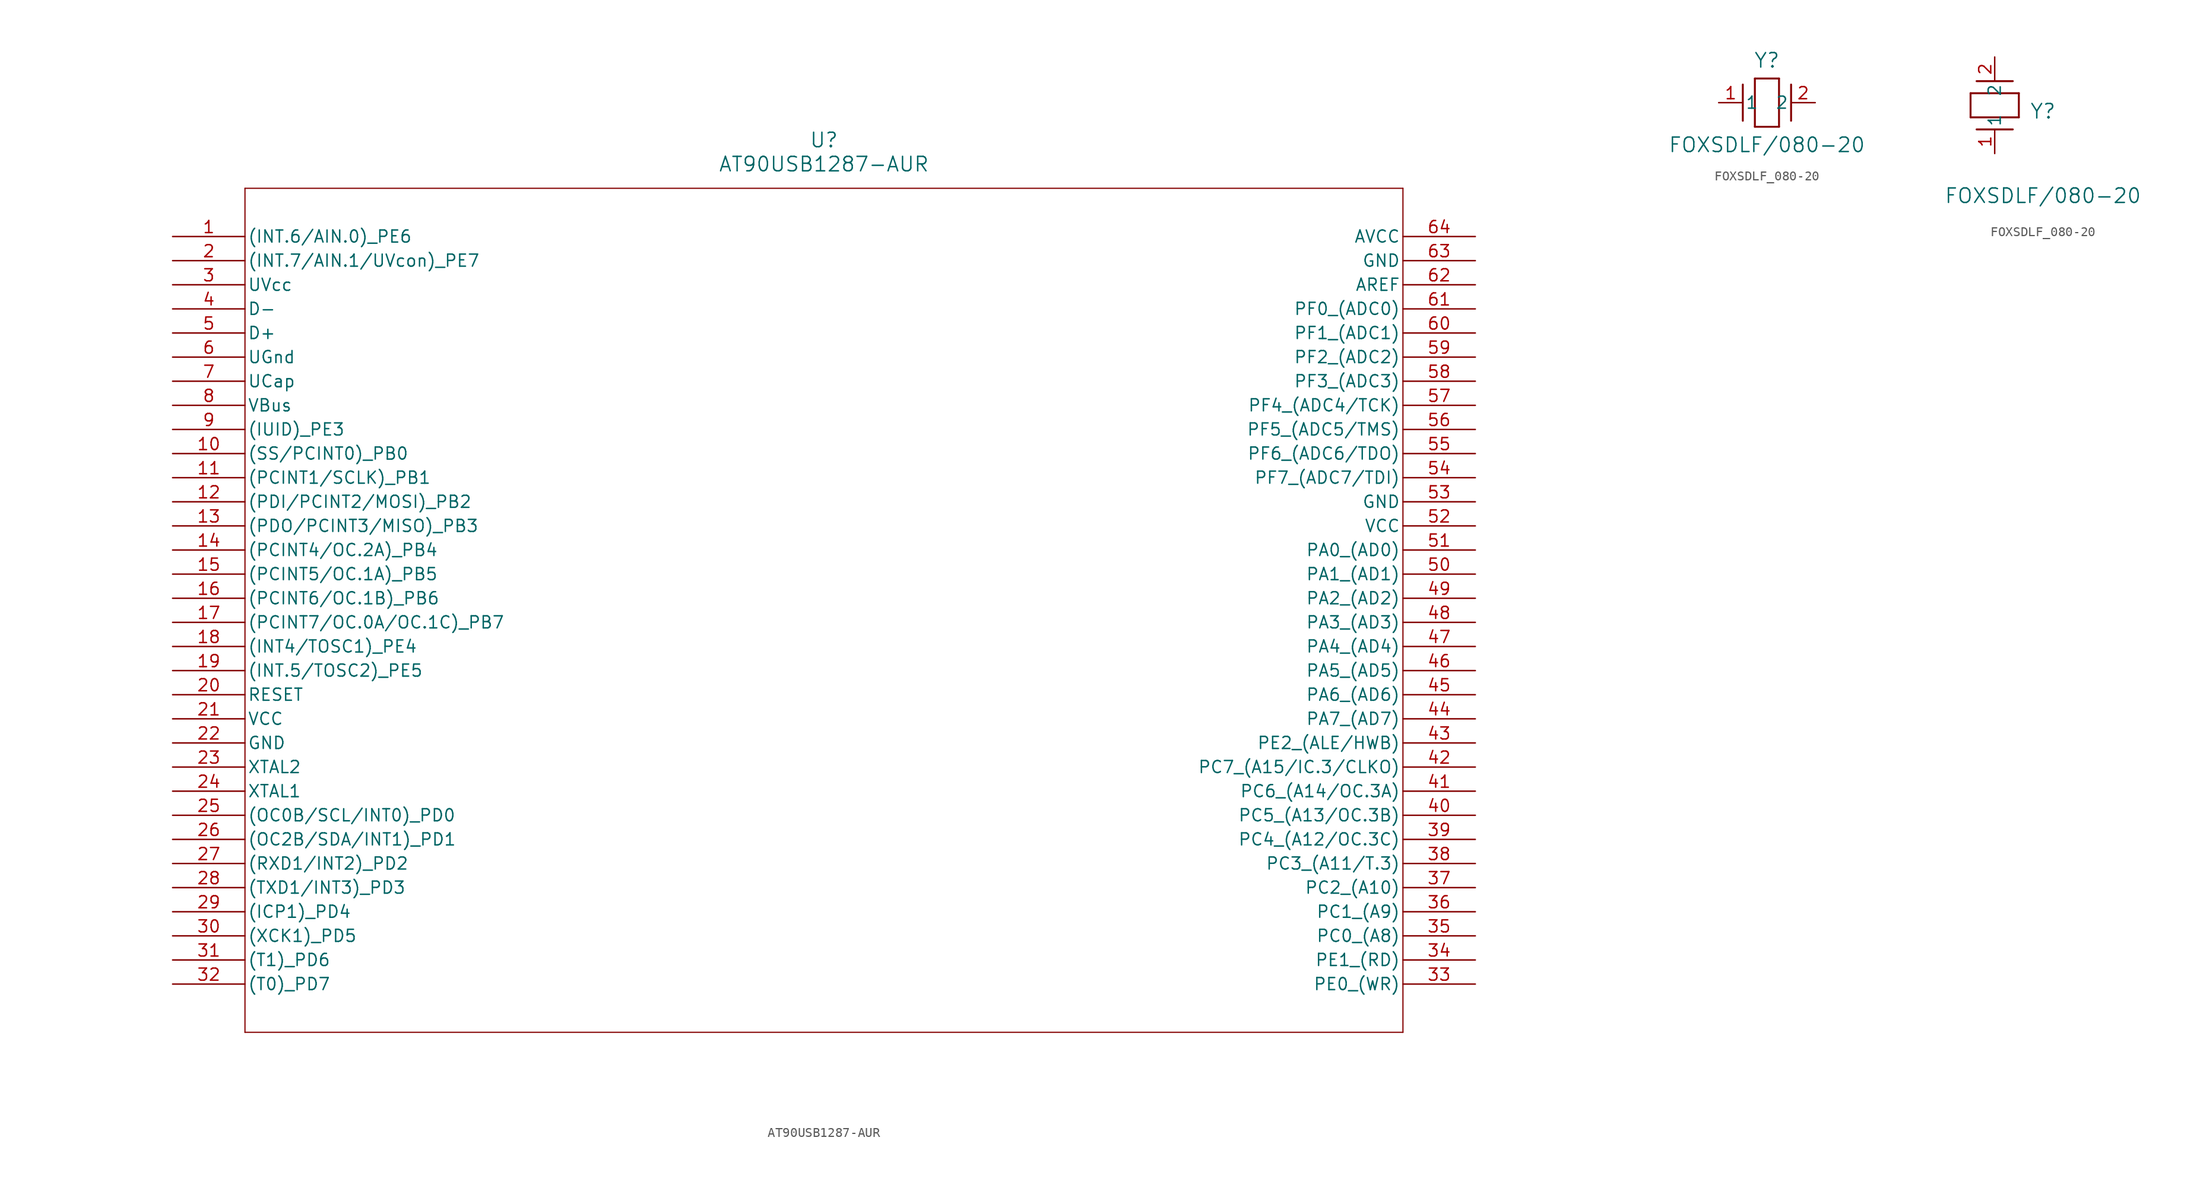
<source format=kicad_sym>
(kicad_symbol_lib
  (version 20231120)
  (generator "kicad_symbol_editor")
  (generator_version "8.0")
  (symbol "AT90USB1287-AUR"
    (pin_names
      (offset 0.254))
    (property "Reference" "U"
      (at 68.58 10.16 0)
      (effects (font (size 1.524 1.524))))
    (property "Value" "AT90USB1287-AUR"
      (at 68.58 7.62 0)
      (effects (font (size 1.524 1.524))))
    (property "ki_locked" ""
      (at 0 0 0)
      (effects (font (size 1.27 1.27))))
    (symbol "AT90USB1287-AUR_0_1"
      (polyline (pts (xy 7.62 -83.82) (xy 129.54 -83.82)) (stroke (width 0.127) (type default)) (fill (type none)))
      (polyline (pts (xy 7.62 5.08) (xy 7.62 -83.82)) (stroke (width 0.127) (type default)) (fill (type none)))
      (polyline (pts (xy 129.54 -83.82) (xy 129.54 5.08)) (stroke (width 0.127) (type default)) (fill (type none)))
      (polyline (pts (xy 129.54 5.08) (xy 7.62 5.08)) (stroke (width 0.127) (type default)) (fill (type none)))
      (pin bidirectional line (at 0 0 0) (length 7.62) (name "(INT.6/AIN.0)_PE6" (effects (font (size 1.27 1.27)))) (number "1" (effects (font (size 1.27 1.27)))))
      (pin bidirectional line (at 0 -22.86 0) (length 7.62) (name "(SS/PCINT0)_PB0" (effects (font (size 1.27 1.27)))) (number "10" (effects (font (size 1.27 1.27)))))
      (pin bidirectional line (at 0 -25.4 0) (length 7.62) (name "(PCINT1/SCLK)_PB1" (effects (font (size 1.27 1.27)))) (number "11" (effects (font (size 1.27 1.27)))))
      (pin bidirectional line (at 0 -27.94 0) (length 7.62) (name "(PDI/PCINT2/MOSI)_PB2" (effects (font (size 1.27 1.27)))) (number "12" (effects (font (size 1.27 1.27)))))
      (pin bidirectional line (at 0 -30.48 0) (length 7.62) (name "(PDO/PCINT3/MISO)_PB3" (effects (font (size 1.27 1.27)))) (number "13" (effects (font (size 1.27 1.27)))))
      (pin bidirectional line (at 0 -33.02 0) (length 7.62) (name "(PCINT4/OC.2A)_PB4" (effects (font (size 1.27 1.27)))) (number "14" (effects (font (size 1.27 1.27)))))
      (pin bidirectional line (at 0 -35.56 0) (length 7.62) (name "(PCINT5/OC.1A)_PB5" (effects (font (size 1.27 1.27)))) (number "15" (effects (font (size 1.27 1.27)))))
      (pin bidirectional line (at 0 -38.1 0) (length 7.62) (name "(PCINT6/OC.1B)_PB6" (effects (font (size 1.27 1.27)))) (number "16" (effects (font (size 1.27 1.27)))))
      (pin bidirectional line (at 0 -40.64 0) (length 7.62) (name "(PCINT7/OC.0A/OC.1C)_PB7" (effects (font (size 1.27 1.27)))) (number "17" (effects (font (size 1.27 1.27)))))
      (pin bidirectional line (at 0 -43.18 0) (length 7.62) (name "(INT4/TOSC1)_PE4" (effects (font (size 1.27 1.27)))) (number "18" (effects (font (size 1.27 1.27)))))
      (pin bidirectional line (at 0 -45.72 0) (length 7.62) (name "(INT.5/TOSC2)_PE5" (effects (font (size 1.27 1.27)))) (number "19" (effects (font (size 1.27 1.27)))))
      (pin bidirectional line (at 0 -2.54 0) (length 7.62) (name "(INT.7/AIN.1/UVcon)_PE7" (effects (font (size 1.27 1.27)))) (number "2" (effects (font (size 1.27 1.27)))))
      (pin input line (at 0 -48.26 0) (length 7.62) (name "RESET" (effects (font (size 1.27 1.27)))) (number "20" (effects (font (size 1.27 1.27)))))
      (pin power_in line (at 0 -50.8 0) (length 7.62) (name "VCC" (effects (font (size 1.27 1.27)))) (number "21" (effects (font (size 1.27 1.27)))))
      (pin power_in line (at 0 -53.34 0) (length 7.62) (name "GND" (effects (font (size 1.27 1.27)))) (number "22" (effects (font (size 1.27 1.27)))))
      (pin output line (at 0 -55.88 0) (length 7.62) (name "XTAL2" (effects (font (size 1.27 1.27)))) (number "23" (effects (font (size 1.27 1.27)))))
      (pin input line (at 0 -58.42 0) (length 7.62) (name "XTAL1" (effects (font (size 1.27 1.27)))) (number "24" (effects (font (size 1.27 1.27)))))
      (pin bidirectional line (at 0 -60.96 0) (length 7.62) (name "(OC0B/SCL/INT0)_PD0" (effects (font (size 1.27 1.27)))) (number "25" (effects (font (size 1.27 1.27)))))
      (pin bidirectional line (at 0 -63.5 0) (length 7.62) (name "(OC2B/SDA/INT1)_PD1" (effects (font (size 1.27 1.27)))) (number "26" (effects (font (size 1.27 1.27)))))
      (pin bidirectional line (at 0 -66.04 0) (length 7.62) (name "(RXD1/INT2)_PD2" (effects (font (size 1.27 1.27)))) (number "27" (effects (font (size 1.27 1.27)))))
      (pin bidirectional line (at 0 -68.58 0) (length 7.62) (name "(TXD1/INT3)_PD3" (effects (font (size 1.27 1.27)))) (number "28" (effects (font (size 1.27 1.27)))))
      (pin bidirectional line (at 0 -71.12 0) (length 7.62) (name "(ICP1)_PD4" (effects (font (size 1.27 1.27)))) (number "29" (effects (font (size 1.27 1.27)))))
      (pin bidirectional line (at 0 -5.08 0) (length 7.62) (name "UVcc" (effects (font (size 1.27 1.27)))) (number "3" (effects (font (size 1.27 1.27)))))
      (pin bidirectional line (at 0 -73.66 0) (length 7.62) (name "(XCK1)_PD5" (effects (font (size 1.27 1.27)))) (number "30" (effects (font (size 1.27 1.27)))))
      (pin bidirectional line (at 0 -76.2 0) (length 7.62) (name "(T1)_PD6" (effects (font (size 1.27 1.27)))) (number "31" (effects (font (size 1.27 1.27)))))
      (pin bidirectional line (at 0 -78.74 0) (length 7.62) (name "(T0)_PD7" (effects (font (size 1.27 1.27)))) (number "32" (effects (font (size 1.27 1.27)))))
      (pin bidirectional line (at 137.16 -78.74 180) (length 7.62) (name "PE0_(WR)" (effects (font (size 1.27 1.27)))) (number "33" (effects (font (size 1.27 1.27)))))
      (pin bidirectional line (at 137.16 -76.2 180) (length 7.62) (name "PE1_(RD)" (effects (font (size 1.27 1.27)))) (number "34" (effects (font (size 1.27 1.27)))))
      (pin bidirectional line (at 137.16 -73.66 180) (length 7.62) (name "PC0_(A8)" (effects (font (size 1.27 1.27)))) (number "35" (effects (font (size 1.27 1.27)))))
      (pin bidirectional line (at 137.16 -71.12 180) (length 7.62) (name "PC1_(A9)" (effects (font (size 1.27 1.27)))) (number "36" (effects (font (size 1.27 1.27)))))
      (pin bidirectional line (at 137.16 -68.58 180) (length 7.62) (name "PC2_(A10)" (effects (font (size 1.27 1.27)))) (number "37" (effects (font (size 1.27 1.27)))))
      (pin bidirectional line (at 137.16 -66.04 180) (length 7.62) (name "PC3_(A11/T.3)" (effects (font (size 1.27 1.27)))) (number "38" (effects (font (size 1.27 1.27)))))
      (pin bidirectional line (at 137.16 -63.5 180) (length 7.62) (name "PC4_(A12/OC.3C)" (effects (font (size 1.27 1.27)))) (number "39" (effects (font (size 1.27 1.27)))))
      (pin unspecified line (at 0 -7.62 0) (length 7.62) (name "D-" (effects (font (size 1.27 1.27)))) (number "4" (effects (font (size 1.27 1.27)))))
      (pin bidirectional line (at 137.16 -60.96 180) (length 7.62) (name "PC5_(A13/OC.3B)" (effects (font (size 1.27 1.27)))) (number "40" (effects (font (size 1.27 1.27)))))
      (pin bidirectional line (at 137.16 -58.42 180) (length 7.62) (name "PC6_(A14/OC.3A)" (effects (font (size 1.27 1.27)))) (number "41" (effects (font (size 1.27 1.27)))))
      (pin bidirectional line (at 137.16 -55.88 180) (length 7.62) (name "PC7_(A15/IC.3/CLKO)" (effects (font (size 1.27 1.27)))) (number "42" (effects (font (size 1.27 1.27)))))
      (pin bidirectional line (at 137.16 -53.34 180) (length 7.62) (name "PE2_(ALE/HWB)" (effects (font (size 1.27 1.27)))) (number "43" (effects (font (size 1.27 1.27)))))
      (pin bidirectional line (at 137.16 -50.8 180) (length 7.62) (name "PA7_(AD7)" (effects (font (size 1.27 1.27)))) (number "44" (effects (font (size 1.27 1.27)))))
      (pin bidirectional line (at 137.16 -48.26 180) (length 7.62) (name "PA6_(AD6)" (effects (font (size 1.27 1.27)))) (number "45" (effects (font (size 1.27 1.27)))))
      (pin bidirectional line (at 137.16 -45.72 180) (length 7.62) (name "PA5_(AD5)" (effects (font (size 1.27 1.27)))) (number "46" (effects (font (size 1.27 1.27)))))
      (pin bidirectional line (at 137.16 -43.18 180) (length 7.62) (name "PA4_(AD4)" (effects (font (size 1.27 1.27)))) (number "47" (effects (font (size 1.27 1.27)))))
      (pin bidirectional line (at 137.16 -40.64 180) (length 7.62) (name "PA3_(AD3)" (effects (font (size 1.27 1.27)))) (number "48" (effects (font (size 1.27 1.27)))))
      (pin bidirectional line (at 137.16 -38.1 180) (length 7.62) (name "PA2_(AD2)" (effects (font (size 1.27 1.27)))) (number "49" (effects (font (size 1.27 1.27)))))
      (pin unspecified line (at 0 -10.16 0) (length 7.62) (name "D+" (effects (font (size 1.27 1.27)))) (number "5" (effects (font (size 1.27 1.27)))))
      (pin bidirectional line (at 137.16 -35.56 180) (length 7.62) (name "PA1_(AD1)" (effects (font (size 1.27 1.27)))) (number "50" (effects (font (size 1.27 1.27)))))
      (pin bidirectional line (at 137.16 -33.02 180) (length 7.62) (name "PA0_(AD0)" (effects (font (size 1.27 1.27)))) (number "51" (effects (font (size 1.27 1.27)))))
      (pin power_in line (at 137.16 -30.48 180) (length 7.62) (name "VCC" (effects (font (size 1.27 1.27)))) (number "52" (effects (font (size 1.27 1.27)))))
      (pin power_in line (at 137.16 -27.94 180) (length 7.62) (name "GND" (effects (font (size 1.27 1.27)))) (number "53" (effects (font (size 1.27 1.27)))))
      (pin bidirectional line (at 137.16 -25.4 180) (length 7.62) (name "PF7_(ADC7/TDI)" (effects (font (size 1.27 1.27)))) (number "54" (effects (font (size 1.27 1.27)))))
      (pin bidirectional line (at 137.16 -22.86 180) (length 7.62) (name "PF6_(ADC6/TDO)" (effects (font (size 1.27 1.27)))) (number "55" (effects (font (size 1.27 1.27)))))
      (pin bidirectional line (at 137.16 -20.32 180) (length 7.62) (name "PF5_(ADC5/TMS)" (effects (font (size 1.27 1.27)))) (number "56" (effects (font (size 1.27 1.27)))))
      (pin bidirectional line (at 137.16 -17.78 180) (length 7.62) (name "PF4_(ADC4/TCK)" (effects (font (size 1.27 1.27)))) (number "57" (effects (font (size 1.27 1.27)))))
      (pin bidirectional line (at 137.16 -15.24 180) (length 7.62) (name "PF3_(ADC3)" (effects (font (size 1.27 1.27)))) (number "58" (effects (font (size 1.27 1.27)))))
      (pin bidirectional line (at 137.16 -12.7 180) (length 7.62) (name "PF2_(ADC2)" (effects (font (size 1.27 1.27)))) (number "59" (effects (font (size 1.27 1.27)))))
      (pin power_in line (at 0 -12.7 0) (length 7.62) (name "UGnd" (effects (font (size 1.27 1.27)))) (number "6" (effects (font (size 1.27 1.27)))))
      (pin bidirectional line (at 137.16 -10.16 180) (length 7.62) (name "PF1_(ADC1)" (effects (font (size 1.27 1.27)))) (number "60" (effects (font (size 1.27 1.27)))))
      (pin bidirectional line (at 137.16 -7.62 180) (length 7.62) (name "PF0_(ADC0)" (effects (font (size 1.27 1.27)))) (number "61" (effects (font (size 1.27 1.27)))))
      (pin unspecified line (at 137.16 -5.08 180) (length 7.62) (name "AREF" (effects (font (size 1.27 1.27)))) (number "62" (effects (font (size 1.27 1.27)))))
      (pin power_in line (at 137.16 -2.54 180) (length 7.62) (name "GND" (effects (font (size 1.27 1.27)))) (number "63" (effects (font (size 1.27 1.27)))))
      (pin power_in line (at 137.16 0 180) (length 7.62) (name "AVCC" (effects (font (size 1.27 1.27)))) (number "64" (effects (font (size 1.27 1.27)))))
      (pin power_in line (at 0 -15.24 0) (length 7.62) (name "UCap" (effects (font (size 1.27 1.27)))) (number "7" (effects (font (size 1.27 1.27)))))
      (pin power_in line (at 0 -17.78 0) (length 7.62) (name "VBus" (effects (font (size 1.27 1.27)))) (number "8" (effects (font (size 1.27 1.27)))))
      (pin bidirectional line (at 0 -20.32 0) (length 7.62) (name "(IUID)_PE3" (effects (font (size 1.27 1.27)))) (number "9" (effects (font (size 1.27 1.27)))))))
  (symbol "FOXSDLF_080-20"
    (pin_names
      (offset 0.254))
    (property "Reference" "Y"
      (at 5.08 4.445 0)
      (effects (font (size 1.524 1.524))))
    (property "Value" "FOXSDLF/080-20"
      (at 5.08 -4.445 0)
      (effects (font (size 1.524 1.524))))
    (property "ki_locked" ""
      (at 0 0 0)
      (effects (font (size 1.27 1.27))))
    (symbol "FOXSDLF_080-20_1_1"
      (polyline (pts (xy 2.54 -1.905) (xy 2.54 1.905)) (stroke (width 0.203) (type default)) (fill (type none)))
      (polyline (pts (xy 3.81 -2.54) (xy 3.81 2.54)) (stroke (width 0.203) (type default)) (fill (type none)))
      (polyline (pts (xy 3.81 2.54) (xy 6.35 2.54)) (stroke (width 0.203) (type default)) (fill (type none)))
      (polyline (pts (xy 6.35 -2.54) (xy 3.81 -2.54)) (stroke (width 0.203) (type default)) (fill (type none)))
      (polyline (pts (xy 6.35 2.54) (xy 6.35 -2.54)) (stroke (width 0.203) (type default)) (fill (type none)))
      (polyline (pts (xy 7.62 -1.905) (xy 7.62 1.905)) (stroke (width 0.203) (type default)) (fill (type none)))
      (pin unspecified line (at 0 0 0) (length 2.54) (name "1" (effects (font (size 1.27 1.27)))) (number "1" (effects (font (size 1.27 1.27)))))
      (pin unspecified line (at 10.16 0 180) (length 2.54) (name "2" (effects (font (size 1.27 1.27)))) (number "2" (effects (font (size 1.27 1.27))))))
    (symbol "FOXSDLF_080-20_1_2"
      (polyline (pts (xy -2.54 3.81) (xy -2.54 6.35)) (stroke (width 0.203) (type default)) (fill (type none)))
      (polyline (pts (xy -2.54 6.35) (xy 2.54 6.35)) (stroke (width 0.203) (type default)) (fill (type none)))
      (polyline (pts (xy 1.905 2.54) (xy -1.905 2.54)) (stroke (width 0.203) (type default)) (fill (type none)))
      (polyline (pts (xy 1.905 7.62) (xy -1.905 7.62)) (stroke (width 0.203) (type default)) (fill (type none)))
      (polyline (pts (xy 2.54 3.81) (xy -2.54 3.81)) (stroke (width 0.203) (type default)) (fill (type none)))
      (polyline (pts (xy 2.54 6.35) (xy 2.54 3.81)) (stroke (width 0.203) (type default)) (fill (type none)))
      (pin unspecified line (at 0 0 90) (length 2.54) (name "1" (effects (font (size 1.27 1.27)))) (number "1" (effects (font (size 1.27 1.27)))))
      (pin unspecified line (at 0 10.16 270) (length 2.54) (name "2" (effects (font (size 1.27 1.27)))) (number "2" (effects (font (size 1.27 1.27))))))))
</source>
